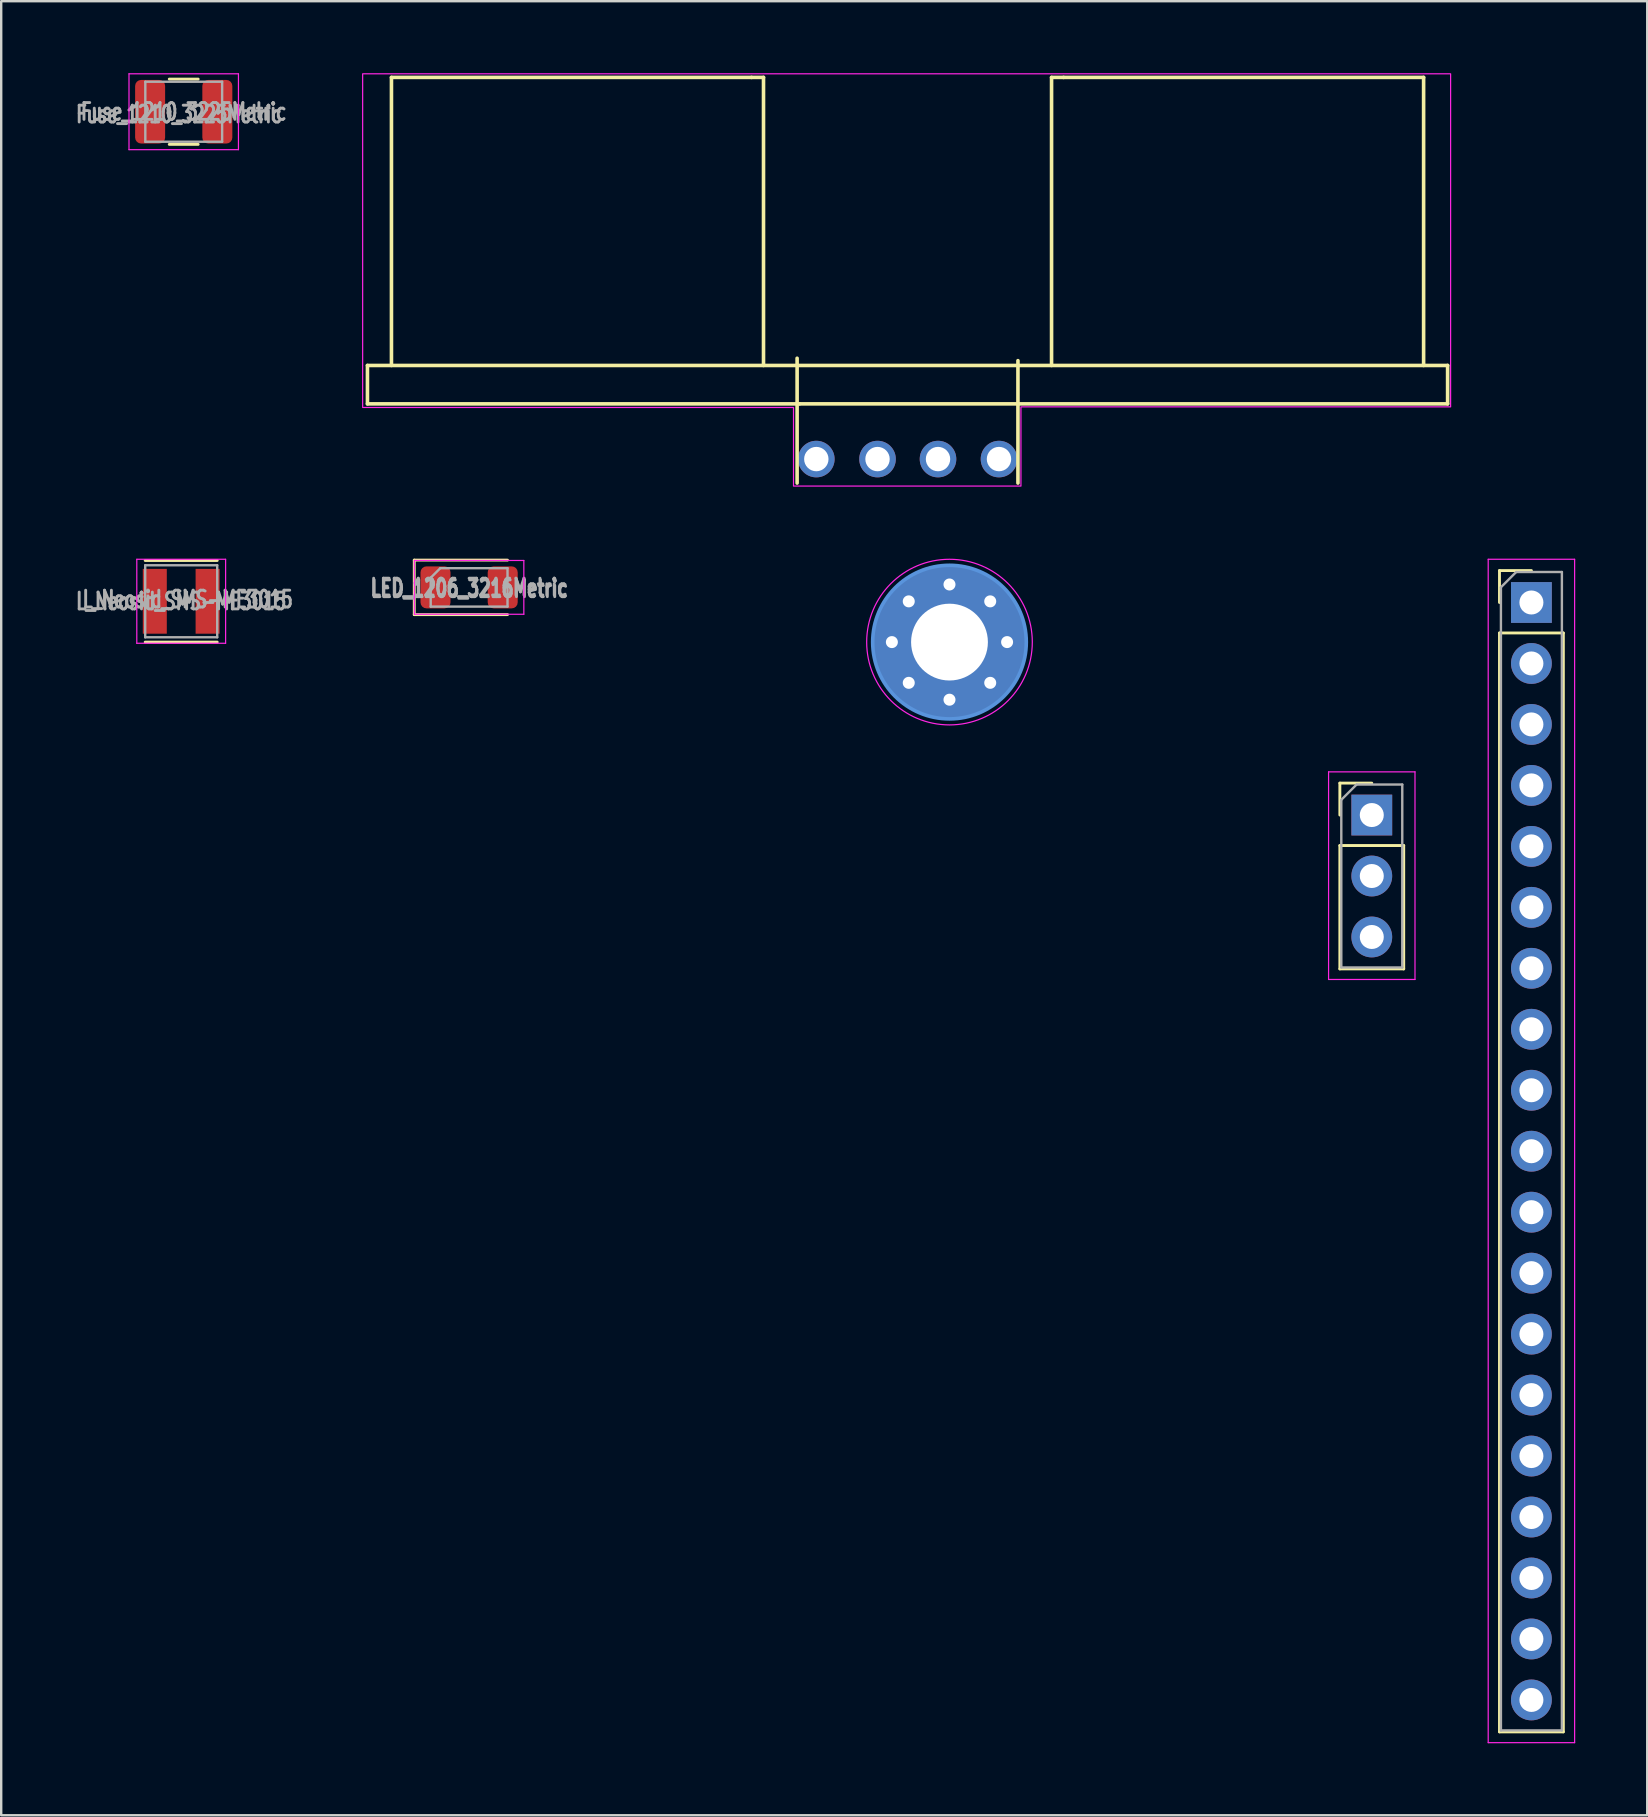
<source format=kicad_pcb>
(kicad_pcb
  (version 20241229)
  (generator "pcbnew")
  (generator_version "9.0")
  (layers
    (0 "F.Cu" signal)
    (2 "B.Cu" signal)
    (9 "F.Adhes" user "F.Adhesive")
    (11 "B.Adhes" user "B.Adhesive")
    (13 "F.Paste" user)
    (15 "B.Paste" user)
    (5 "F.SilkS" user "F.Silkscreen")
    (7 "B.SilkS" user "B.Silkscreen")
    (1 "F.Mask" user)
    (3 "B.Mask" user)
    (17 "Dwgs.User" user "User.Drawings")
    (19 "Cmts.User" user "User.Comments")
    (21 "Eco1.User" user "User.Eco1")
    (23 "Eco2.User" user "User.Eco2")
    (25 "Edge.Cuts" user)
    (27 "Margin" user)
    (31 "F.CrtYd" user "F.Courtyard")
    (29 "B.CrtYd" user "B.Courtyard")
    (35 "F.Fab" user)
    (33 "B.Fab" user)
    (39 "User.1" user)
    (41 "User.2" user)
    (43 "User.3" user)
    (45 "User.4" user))
  (footprint "HC-SR04"
    (layer "F.Cu")
    (at 12.258 12.175)
    (property "Reference" "HC-SR04" (at 23 -4 0) (layer "User.7") (effects (font (size 1 1) (thickness 0.15))))
    (attr through_hole)
    (fp_line (start 0 0) (end 0 1.6) (stroke (width 0.15) (type solid)) (layer "F.SilkS"))
    (fp_line (start 0 0) (end 45 0) (stroke (width 0.15) (type solid)) (layer "F.SilkS"))
    (fp_line (start 0 1.6) (end 18 1.6) (stroke (width 0.15) (type solid)) (layer "F.SilkS"))
    (fp_line (start 1 -12) (end 16 -12) (stroke (width 0.15) (type solid)) (layer "F.SilkS"))
    (fp_line (start 1 0) (end 1 -12) (stroke (width 0.15) (type solid)) (layer "F.SilkS"))
    (fp_line (start 16 -12) (end 16.5 -12) (stroke (width 0.15) (type solid)) (layer "F.SilkS"))
    (fp_line (start 16.5 -12) (end 16.5 0) (stroke (width 0.15) (type solid)) (layer "F.SilkS"))
    (fp_line (start 17.9 4.9) (end 17.9 -0.3) (stroke (width 0.15) (type solid)) (layer "F.SilkS"))
    (fp_line (start 18 1.6) (end 45 1.6) (stroke (width 0.15) (type solid)) (layer "F.SilkS"))
    (fp_line (start 27.1 4.9) (end 27.1 -0.2) (stroke (width 0.15) (type solid)) (layer "F.SilkS"))
    (fp_line (start 28.5 -12) (end 28.5 0) (stroke (width 0.15) (type solid)) (layer "F.SilkS"))
    (fp_line (start 28.5 -12) (end 29 -12) (stroke (width 0.15) (type solid)) (layer "F.SilkS"))
    (fp_line (start 44 -12) (end 29 -12) (stroke (width 0.15) (type solid)) (layer "F.SilkS"))
    (fp_line (start 44 0) (end 44 -12) (stroke (width 0.15) (type solid)) (layer "F.SilkS"))
    (fp_line (start 45 1.6) (end 45 0) (stroke (width 0.15) (type solid)) (layer "F.SilkS"))
    (fp_poly (pts (xy 45.125 1.725) (xy 27.225 1.725) (xy 27.225 5.025) (xy 17.75 5.025) (xy 17.75 1.75) (xy -0.2 1.75) (xy -0.2 -12.15) (xy 45.125 -12.15)) (stroke (width 0.05) (type solid)) (fill no) (layer "F.CrtYd"))
    (pad "1" thru_hole circle (at 26.31 3.9) (size 1.524 1.524) (drill 1.016) (layers "*.Cu" "*.Mask"))
    (pad "2" thru_hole circle (at 23.77 3.9) (size 1.524 1.524) (drill 1.016) (layers "*.Cu" "*.Mask"))
    (pad "3" thru_hole circle (at 21.25 3.9) (size 1.524 1.524) (drill 1.016) (layers "*.Cu" "*.Mask"))
    (pad "4" thru_hole circle (at 18.7 3.9) (size 1.524 1.524) (drill 1.016) (layers "*.Cu" "*.Mask")))
  (footprint "Fuse_1210_3225Metric"
    (layer "F.Cu")
    (at 4.604 1.605)
    (property "Reference" "Fuse_1210_3225Metric" (at -0.2 0.11 0) (layer "F.Fab") (effects (font (size 0.7 0.5) (thickness 0.12))))
    (attr smd)
    (fp_line (start -0.602 -1.36) (end 0.602 -1.36) (stroke (width 0.12) (type solid)) (layer "F.SilkS"))
    (fp_line (start -0.602 1.36) (end 0.602 1.36) (stroke (width 0.12) (type solid)) (layer "F.SilkS"))
    (fp_line (start -2.28 -1.58) (end 2.28 -1.58) (stroke (width 0.05) (type solid)) (layer "F.CrtYd"))
    (fp_line (start -2.28 1.58) (end -2.28 -1.58) (stroke (width 0.05) (type solid)) (layer "F.CrtYd"))
    (fp_line (start 2.28 -1.58) (end 2.28 1.58) (stroke (width 0.05) (type solid)) (layer "F.CrtYd"))
    (fp_line (start 2.28 1.58) (end -2.28 1.58) (stroke (width 0.05) (type solid)) (layer "F.CrtYd"))
    (fp_line (start -1.6 -1.25) (end 1.6 -1.25) (stroke (width 0.1) (type solid)) (layer "F.Fab"))
    (fp_line (start -1.6 1.25) (end -1.6 -1.25) (stroke (width 0.1) (type solid)) (layer "F.Fab"))
    (fp_line (start 1.6 -1.25) (end 1.6 1.25) (stroke (width 0.1) (type solid)) (layer "F.Fab"))
    (fp_line (start 1.6 1.25) (end -1.6 1.25) (stroke (width 0.1) (type solid)) (layer "F.Fab"))
    (fp_text user "${REFERENCE}" (at 0 0 0) (layer "F.Fab") (effects (font (size 0.7 0.5) (thickness 0.12))))
    (pad "1" smd roundrect (at -1.4 0) (size 1.25 2.65) (layers "F.Cu" "F.Mask" "F.Paste") (roundrect_rratio 0.2))
    (pad "2" smd roundrect (at 1.4 0) (size 1.25 2.65) (layers "F.Cu" "F.Mask" "F.Paste") (roundrect_rratio 0.2)))
  (footprint "LED_1206_3216Metric"
    (layer "F.Cu")
    (at 16.493 21.42)
    (property "Reference" "LED_1206_3216Metric" (at 0.02 0.07 0) (layer "F.Fab") (effects (font (size 0.7 0.5) (thickness 0.12))))
    (attr smd)
    (fp_line (start -2.285 -1.135) (end -2.285 1.135) (stroke (width 0.12) (type solid)) (layer "F.SilkS"))
    (fp_line (start -2.285 1.135) (end 1.6 1.135) (stroke (width 0.12) (type solid)) (layer "F.SilkS"))
    (fp_line (start 1.6 -1.135) (end -2.285 -1.135) (stroke (width 0.12) (type solid)) (layer "F.SilkS"))
    (fp_line (start -2.28 -1.12) (end 2.28 -1.12) (stroke (width 0.05) (type solid)) (layer "F.CrtYd"))
    (fp_line (start -2.28 1.12) (end -2.28 -1.12) (stroke (width 0.05) (type solid)) (layer "F.CrtYd"))
    (fp_line (start 2.28 -1.12) (end 2.28 1.12) (stroke (width 0.05) (type solid)) (layer "F.CrtYd"))
    (fp_line (start 2.28 1.12) (end -2.28 1.12) (stroke (width 0.05) (type solid)) (layer "F.CrtYd"))
    (fp_line (start -1.6 -0.4) (end -1.6 0.8) (stroke (width 0.1) (type solid)) (layer "F.Fab"))
    (fp_line (start -1.6 0.8) (end 1.6 0.8) (stroke (width 0.1) (type solid)) (layer "F.Fab"))
    (fp_line (start -1.2 -0.8) (end -1.6 -0.4) (stroke (width 0.1) (type solid)) (layer "F.Fab"))
    (fp_line (start 1.6 -0.8) (end -1.2 -0.8) (stroke (width 0.1) (type solid)) (layer "F.Fab"))
    (fp_line (start 1.6 0.8) (end 1.6 -0.8) (stroke (width 0.1) (type solid)) (layer "F.Fab"))
    (fp_text user "${REFERENCE}" (at 0 0 0) (layer "F.Fab") (effects (font (size 0.7 0.5) (thickness 0.12))))
    (pad "1" smd roundrect (at -1.4 0) (size 1.25 1.75) (layers "F.Cu" "F.Mask" "F.Paste") (roundrect_rratio 0.2))
    (pad "2" smd roundrect (at 1.4 0) (size 1.25 1.75) (layers "F.Cu" "F.Mask" "F.Paste") (roundrect_rratio 0.2)))
  (footprint "PinHeader_1x03_P2.54mm_Vertical"
    (layer "F.Cu")
    (at 54.099 30.905)
    (property "Reference" "PinHeader_1x03_P2.54mm_Vertical" (at 3.5 2.45 0) (layer "User.7") (effects (font (size 1 1) (thickness 0.15))))
    (attr through_hole)
    (fp_line (start -1.33 -1.33) (end 0 -1.33) (stroke (width 0.12) (type solid)) (layer "F.SilkS"))
    (fp_line (start -1.33 0) (end -1.33 -1.33) (stroke (width 0.12) (type solid)) (layer "F.SilkS"))
    (fp_line (start -1.33 1.27) (end -1.33 6.41) (stroke (width 0.12) (type solid)) (layer "F.SilkS"))
    (fp_line (start -1.33 1.27) (end 1.33 1.27) (stroke (width 0.12) (type solid)) (layer "F.SilkS"))
    (fp_line (start -1.33 6.41) (end 1.33 6.41) (stroke (width 0.12) (type solid)) (layer "F.SilkS"))
    (fp_line (start 1.33 1.27) (end 1.33 6.41) (stroke (width 0.12) (type solid)) (layer "F.SilkS"))
    (fp_line (start -1.8 -1.8) (end -1.8 6.85) (stroke (width 0.05) (type solid)) (layer "F.CrtYd"))
    (fp_line (start -1.8 6.85) (end 1.8 6.85) (stroke (width 0.05) (type solid)) (layer "F.CrtYd"))
    (fp_line (start 1.8 -1.8) (end -1.8 -1.8) (stroke (width 0.05) (type solid)) (layer "F.CrtYd"))
    (fp_line (start 1.8 6.85) (end 1.8 -1.8) (stroke (width 0.05) (type solid)) (layer "F.CrtYd"))
    (fp_line (start -1.27 -0.635) (end -0.635 -1.27) (stroke (width 0.1) (type solid)) (layer "F.Fab"))
    (fp_line (start -1.27 6.35) (end -1.27 -0.635) (stroke (width 0.1) (type solid)) (layer "F.Fab"))
    (fp_line (start -0.635 -1.27) (end 1.27 -1.27) (stroke (width 0.1) (type solid)) (layer "F.Fab"))
    (fp_line (start 1.27 -1.27) (end 1.27 6.35) (stroke (width 0.1) (type solid)) (layer "F.Fab"))
    (fp_line (start 1.27 6.35) (end -1.27 6.35) (stroke (width 0.1) (type solid)) (layer "F.Fab"))
    (fp_text user "${REFERENCE}" (at 0 2.54 90) (layer "User.3") (effects (font (size 1 1) (thickness 0.15))))
    (pad "1" thru_hole rect (at 0 0) (size 1.7 1.7) (drill 1) (layers "*.Cu" "*.Mask"))
    (pad "2" thru_hole oval (at 0 2.54) (size 1.7 1.7) (drill 1) (layers "*.Cu" "*.Mask"))
    (pad "3" thru_hole oval (at 0 5.08) (size 1.7 1.7) (drill 1) (layers "*.Cu" "*.Mask")))
  (footprint "MountingHole_3.2mm_M3_Pad_Via"
    (layer "F.Cu")
    (at 36.506 23.7)
    (property "Reference" "MountingHole_3.2mm_M3_Pad_Via" (at 4.7 0 0) (layer "User.7") (effects (font (size 1 1) (thickness 0.15))))
    (attr exclude_from_pos_files)
    (fp_circle (center 0 0) (end 3.2 0) (stroke (width 0.15) (type solid)) (fill no) (layer "Cmts.User"))
    (fp_circle (center 0 0) (end 3.45 0) (stroke (width 0.05) (type solid)) (fill no) (layer "F.CrtYd"))
    (fp_text user "${REFERENCE}" (at 0 0 0) (layer "User.3") (effects (font (size 1 1) (thickness 0.15))))
    (pad "1" thru_hole circle (at -2.4 0) (size 0.8 0.8) (drill 0.5) (layers "*.Cu" "*.Mask"))
    (pad "1" thru_hole circle (at -1.697 -1.697) (size 0.8 0.8) (drill 0.5) (layers "*.Cu" "*.Mask"))
    (pad "1" thru_hole circle (at -1.697 1.697) (size 0.8 0.8) (drill 0.5) (layers "*.Cu" "*.Mask"))
    (pad "1" thru_hole circle (at 0 -2.4) (size 0.8 0.8) (drill 0.5) (layers "*.Cu" "*.Mask"))
    (pad "1" thru_hole circle (at 0 0) (size 6.4 6.4) (drill 3.2) (layers "*.Cu" "*.Mask"))
    (pad "1" thru_hole circle (at 0 2.4) (size 0.8 0.8) (drill 0.5) (layers "*.Cu" "*.Mask"))
    (pad "1" thru_hole circle (at 1.697 -1.697) (size 0.8 0.8) (drill 0.5) (layers "*.Cu" "*.Mask"))
    (pad "1" thru_hole circle (at 1.697 1.697) (size 0.8 0.8) (drill 0.5) (layers "*.Cu" "*.Mask"))
    (pad "1" thru_hole circle (at 2.4 0) (size 0.8 0.8) (drill 0.5) (layers "*.Cu" "*.Mask")))
  (footprint "L_Neosid_SMS-ME3015"
    (layer "F.Cu")
    (at 4.499 22)
    (property "Reference" "L_Neosid_SMS-ME3015" (at 0.27 -0.08 0) (layer "F.Fab") (effects (font (size 0.7 0.5) (thickness 0.12))))
    (attr smd)
    (fp_line (start 1.5 -1.7) (end -1.5 -1.7) (stroke (width 0.12) (type solid)) (layer "F.SilkS"))
    (fp_line (start 1.5 1.7) (end -1.5 1.7) (stroke (width 0.12) (type solid)) (layer "F.SilkS"))
    (fp_line (start -1.85 -1.75) (end -1.85 1.75) (stroke (width 0.05) (type solid)) (layer "F.CrtYd"))
    (fp_line (start -1.85 -1.75) (end 1.85 -1.75) (stroke (width 0.05) (type solid)) (layer "F.CrtYd"))
    (fp_line (start 1.85 1.75) (end -1.85 1.75) (stroke (width 0.05) (type solid)) (layer "F.CrtYd"))
    (fp_line (start 1.85 1.75) (end 1.85 -1.75) (stroke (width 0.05) (type solid)) (layer "F.CrtYd"))
    (fp_line (start -1.5 -1.5) (end -1.5 1.5) (stroke (width 0.1) (type solid)) (layer "F.Fab"))
    (fp_line (start -1.5 1.5) (end 1.5 1.5) (stroke (width 0.1) (type solid)) (layer "F.Fab"))
    (fp_line (start 1.5 -1.5) (end -1.5 -1.5) (stroke (width 0.1) (type solid)) (layer "F.Fab"))
    (fp_line (start 1.5 1.5) (end 1.5 -1.5) (stroke (width 0.1) (type solid)) (layer "F.Fab"))
    (fp_text user "${REFERENCE}" (at 0 0 0) (layer "F.Fab") (effects (font (size 0.7 0.5) (thickness 0.12))))
    (pad "1" smd rect (at -1.1 0) (size 1 2.7) (layers "F.Cu" "F.Mask" "F.Paste"))
    (pad "2" smd rect (at 1.1 0) (size 1 2.7) (layers "F.Cu" "F.Mask" "F.Paste")))
  (footprint "PinHeader_1x19_P2.54mm_Vertical"
    (layer "F.Cu")
    (at 60.749 22.05)
    (property "Reference" "PinHeader_1x19_P2.54mm_Vertical" (at 0 -2.33 0) (layer "User.7") (effects (font (size 1 1) (thickness 0.15))))
    (attr through_hole)
    (fp_line (start -1.33 -1.33) (end 0 -1.33) (stroke (width 0.12) (type solid)) (layer "F.SilkS"))
    (fp_line (start -1.33 0) (end -1.33 -1.33) (stroke (width 0.12) (type solid)) (layer "F.SilkS"))
    (fp_line (start -1.33 1.27) (end -1.33 47.05) (stroke (width 0.12) (type solid)) (layer "F.SilkS"))
    (fp_line (start -1.33 1.27) (end 1.33 1.27) (stroke (width 0.12) (type solid)) (layer "F.SilkS"))
    (fp_line (start -1.33 47.05) (end 1.33 47.05) (stroke (width 0.12) (type solid)) (layer "F.SilkS"))
    (fp_line (start 1.33 1.27) (end 1.33 47.05) (stroke (width 0.12) (type solid)) (layer "F.SilkS"))
    (fp_line (start -1.8 -1.8) (end -1.8 47.5) (stroke (width 0.05) (type solid)) (layer "F.CrtYd"))
    (fp_line (start -1.8 47.5) (end 1.8 47.5) (stroke (width 0.05) (type solid)) (layer "F.CrtYd"))
    (fp_line (start 1.8 -1.8) (end -1.8 -1.8) (stroke (width 0.05) (type solid)) (layer "F.CrtYd"))
    (fp_line (start 1.8 47.5) (end 1.8 -1.8) (stroke (width 0.05) (type solid)) (layer "F.CrtYd"))
    (fp_line (start -1.27 -0.635) (end -0.635 -1.27) (stroke (width 0.1) (type solid)) (layer "F.Fab"))
    (fp_line (start -1.27 46.99) (end -1.27 -0.635) (stroke (width 0.1) (type solid)) (layer "F.Fab"))
    (fp_line (start -0.635 -1.27) (end 1.27 -1.27) (stroke (width 0.1) (type solid)) (layer "F.Fab"))
    (fp_line (start 1.27 -1.27) (end 1.27 46.99) (stroke (width 0.1) (type solid)) (layer "F.Fab"))
    (fp_line (start 1.27 46.99) (end -1.27 46.99) (stroke (width 0.1) (type solid)) (layer "F.Fab"))
    (fp_text user "${REFERENCE}" (at 0 22.86 90) (layer "User.3") (effects (font (size 1 1) (thickness 0.15))))
    (pad "1" thru_hole rect (at 0 0) (size 1.7 1.7) (drill 1) (layers "*.Cu" "*.Mask"))
    (pad "2" thru_hole oval (at 0 2.54) (size 1.7 1.7) (drill 1) (layers "*.Cu" "*.Mask"))
    (pad "3" thru_hole oval (at 0 5.08) (size 1.7 1.7) (drill 1) (layers "*.Cu" "*.Mask"))
    (pad "4" thru_hole oval (at 0 7.62) (size 1.7 1.7) (drill 1) (layers "*.Cu" "*.Mask"))
    (pad "5" thru_hole oval (at 0 10.16) (size 1.7 1.7) (drill 1) (layers "*.Cu" "*.Mask"))
    (pad "6" thru_hole oval (at 0 12.7) (size 1.7 1.7) (drill 1) (layers "*.Cu" "*.Mask"))
    (pad "7" thru_hole oval (at 0 15.24) (size 1.7 1.7) (drill 1) (layers "*.Cu" "*.Mask"))
    (pad "8" thru_hole oval (at 0 17.78) (size 1.7 1.7) (drill 1) (layers "*.Cu" "*.Mask"))
    (pad "9" thru_hole oval (at 0 20.32) (size 1.7 1.7) (drill 1) (layers "*.Cu" "*.Mask"))
    (pad "10" thru_hole oval (at 0 22.86) (size 1.7 1.7) (drill 1) (layers "*.Cu" "*.Mask"))
    (pad "11" thru_hole oval (at 0 25.4) (size 1.7 1.7) (drill 1) (layers "*.Cu" "*.Mask"))
    (pad "12" thru_hole oval (at 0 27.94) (size 1.7 1.7) (drill 1) (layers "*.Cu" "*.Mask"))
    (pad "13" thru_hole oval (at 0 30.48) (size 1.7 1.7) (drill 1) (layers "*.Cu" "*.Mask"))
    (pad "14" thru_hole oval (at 0 33.02) (size 1.7 1.7) (drill 1) (layers "*.Cu" "*.Mask"))
    (pad "15" thru_hole oval (at 0 35.56) (size 1.7 1.7) (drill 1) (layers "*.Cu" "*.Mask"))
    (pad "16" thru_hole oval (at 0 38.1) (size 1.7 1.7) (drill 1) (layers "*.Cu" "*.Mask"))
    (pad "17" thru_hole oval (at 0 40.64) (size 1.7 1.7) (drill 1) (layers "*.Cu" "*.Mask"))
    (pad "18" thru_hole oval (at 0 43.18) (size 1.7 1.7) (drill 1) (layers "*.Cu" "*.Mask"))
    (pad "19" thru_hole oval (at 0 45.72) (size 1.7 1.7) (drill 1) (layers "*.Cu" "*.Mask")))
  (gr_rect
    (start -3 -3)
    (end 65.574 72.575)
    (stroke (width 0.1) (type default))
    (fill no)
    (layer "Edge.Cuts")))
</source>
